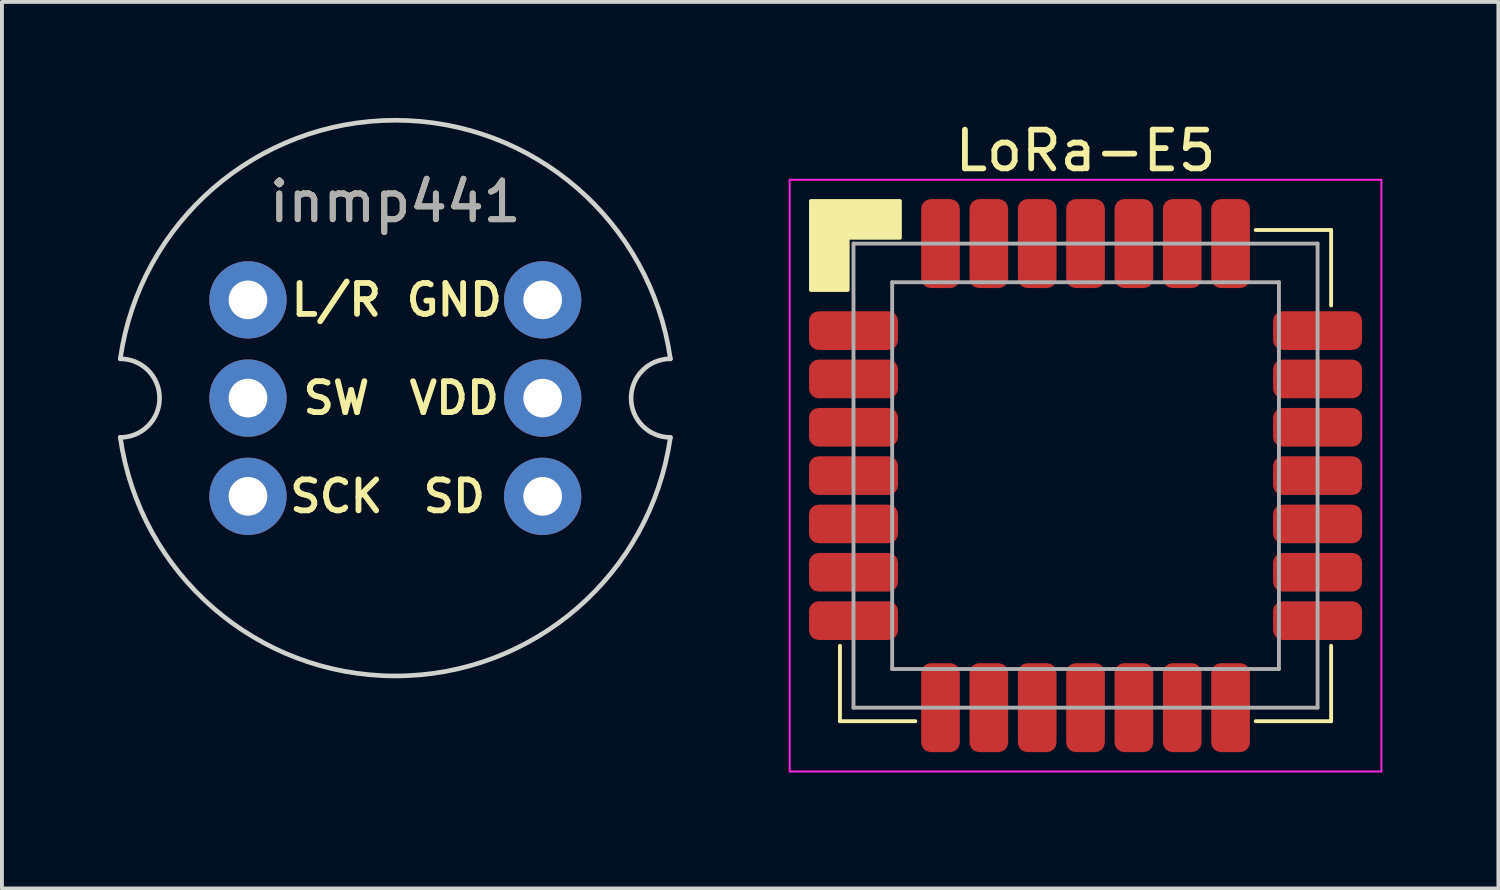
<source format=kicad_pcb>
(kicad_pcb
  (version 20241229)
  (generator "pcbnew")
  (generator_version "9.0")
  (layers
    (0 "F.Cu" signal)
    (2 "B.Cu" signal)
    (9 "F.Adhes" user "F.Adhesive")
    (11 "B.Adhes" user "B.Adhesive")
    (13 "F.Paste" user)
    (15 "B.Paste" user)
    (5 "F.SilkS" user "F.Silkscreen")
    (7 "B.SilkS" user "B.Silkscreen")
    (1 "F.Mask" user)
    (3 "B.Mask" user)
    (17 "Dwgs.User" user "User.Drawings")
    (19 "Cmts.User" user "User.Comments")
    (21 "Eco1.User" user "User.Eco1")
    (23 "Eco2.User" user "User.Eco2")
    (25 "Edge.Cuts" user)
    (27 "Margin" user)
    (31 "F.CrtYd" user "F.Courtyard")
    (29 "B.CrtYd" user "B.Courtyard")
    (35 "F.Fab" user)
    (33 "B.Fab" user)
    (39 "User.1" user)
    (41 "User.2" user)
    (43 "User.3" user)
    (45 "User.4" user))
  (footprint "LoRa-E5"
    (layer "F.Cu")
    (at 25.019 9.248)
    (property "Reference" "LoRa-E5" (at 0 -8.4 0) (layer "F.SilkS") (effects (font (size 1 1) (thickness 0.15))))
    (attr smd)
    (fp_line (start -6.35 4.4) (end -6.35 6.35) (stroke (width 0.1) (type solid)) (layer "F.SilkS"))
    (fp_line (start -4.4 6.35) (end -6.35 6.35) (stroke (width 0.1) (type solid)) (layer "F.SilkS"))
    (fp_line (start 4.4 -6.35) (end 6.35 -6.35) (stroke (width 0.1) (type solid)) (layer "F.SilkS"))
    (fp_line (start 4.4 6.35) (end 6.35 6.35) (stroke (width 0.1) (type solid)) (layer "F.SilkS"))
    (fp_line (start 6.35 -4.4) (end 6.35 -6.35) (stroke (width 0.1) (type solid)) (layer "F.SilkS"))
    (fp_line (start 6.35 4.4) (end 6.35 6.35) (stroke (width 0.1) (type solid)) (layer "F.SilkS"))
    (fp_poly (pts (xy -4.8 -6.15) (xy -6.15 -6.15) (xy -6.15 -4.8) (xy -7.1 -4.8) (xy -7.1 -7.1) (xy -4.8 -7.1)) (stroke (width 0.1) (type solid)) (fill yes) (layer "F.SilkS"))
    (fp_line (start -7.65 -7.65) (end 7.65 -7.65) (stroke (width 0.05) (type solid)) (layer "F.CrtYd"))
    (fp_line (start -7.65 7.65) (end -7.65 -7.65) (stroke (width 0.05) (type solid)) (layer "F.CrtYd"))
    (fp_line (start 7.65 -7.65) (end 7.65 7.65) (stroke (width 0.05) (type solid)) (layer "F.CrtYd"))
    (fp_line (start 7.65 7.65) (end -7.65 7.65) (stroke (width 0.05) (type solid)) (layer "F.CrtYd"))
    (fp_line (start -6 -6) (end 6 -6) (stroke (width 0.1) (type solid)) (layer "F.Fab"))
    (fp_line (start -6 6) (end -6 -6) (stroke (width 0.1) (type solid)) (layer "F.Fab"))
    (fp_line (start -5 -5) (end 5 -5) (stroke (width 0.1) (type solid)) (layer "F.Fab"))
    (fp_line (start -5 5) (end -5 -5) (stroke (width 0.1) (type solid)) (layer "F.Fab"))
    (fp_line (start 5 -5) (end 5 5) (stroke (width 0.1) (type solid)) (layer "F.Fab"))
    (fp_line (start 5 5) (end -5 5) (stroke (width 0.1) (type solid)) (layer "F.Fab"))
    (fp_line (start 6 -6) (end 6 6) (stroke (width 0.1) (type solid)) (layer "F.Fab"))
    (fp_line (start 6 6) (end -6 6) (stroke (width 0.1) (type solid)) (layer "F.Fab"))
    (pad "1" smd roundrect (at -6 -3.75 90) (size 1 2.3) (layers "F.Cu" "F.Mask" "F.Paste") (roundrect_rratio 0.25))
    (pad "2" smd roundrect (at -6 -2.5 90) (size 1 2.3) (layers "F.Cu" "F.Mask" "F.Paste") (roundrect_rratio 0.25))
    (pad "3" smd roundrect (at -6 -1.25 90) (size 1 2.3) (layers "F.Cu" "F.Mask" "F.Paste") (roundrect_rratio 0.25))
    (pad "4" smd roundrect (at -6 0 90) (size 1 2.3) (layers "F.Cu" "F.Mask" "F.Paste") (roundrect_rratio 0.25))
    (pad "5" smd roundrect (at -6 1.25 90) (size 1 2.3) (layers "F.Cu" "F.Mask" "F.Paste") (roundrect_rratio 0.25))
    (pad "6" smd roundrect (at -6 2.5 90) (size 1 2.3) (layers "F.Cu" "F.Mask" "F.Paste") (roundrect_rratio 0.25))
    (pad "7" smd roundrect (at -6 3.75 90) (size 1 2.3) (layers "F.Cu" "F.Mask" "F.Paste") (roundrect_rratio 0.25))
    (pad "8" smd roundrect (at -3.75 6 180) (size 1 2.3) (layers "F.Cu" "F.Mask" "F.Paste") (roundrect_rratio 0.25))
    (pad "9" smd roundrect (at -2.5 6 180) (size 1 2.3) (layers "F.Cu" "F.Mask" "F.Paste") (roundrect_rratio 0.25))
    (pad "10" smd roundrect (at -1.25 6 180) (size 1 2.3) (layers "F.Cu" "F.Mask" "F.Paste") (roundrect_rratio 0.25))
    (pad "11" smd roundrect (at 0 6 180) (size 1 2.3) (layers "F.Cu" "F.Mask" "F.Paste") (roundrect_rratio 0.25))
    (pad "12" smd roundrect (at 1.25 6 180) (size 1 2.3) (layers "F.Cu" "F.Mask" "F.Paste") (roundrect_rratio 0.25))
    (pad "13" smd roundrect (at 2.5 6 180) (size 1 2.3) (layers "F.Cu" "F.Mask" "F.Paste") (roundrect_rratio 0.25))
    (pad "14" smd roundrect (at 3.75 6 180) (size 1 2.3) (layers "F.Cu" "F.Mask" "F.Paste") (roundrect_rratio 0.25))
    (pad "15" smd roundrect (at 6 3.75 270) (size 1 2.3) (layers "F.Cu" "F.Mask" "F.Paste") (roundrect_rratio 0.25))
    (pad "16" smd roundrect (at 6 2.5 270) (size 1 2.3) (layers "F.Cu" "F.Mask" "F.Paste") (roundrect_rratio 0.25))
    (pad "17" smd roundrect (at 6 1.25 270) (size 1 2.3) (layers "F.Cu" "F.Mask" "F.Paste") (roundrect_rratio 0.25))
    (pad "18" smd roundrect (at 6 0 270) (size 1 2.3) (layers "F.Cu" "F.Mask" "F.Paste") (roundrect_rratio 0.25))
    (pad "19" smd roundrect (at 6 -1.25 270) (size 1 2.3) (layers "F.Cu" "F.Mask" "F.Paste") (roundrect_rratio 0.25))
    (pad "20" smd roundrect (at 6 -2.5 270) (size 1 2.3) (layers "F.Cu" "F.Mask" "F.Paste") (roundrect_rratio 0.25))
    (pad "21" smd roundrect (at 6 -3.75 270) (size 1 2.3) (layers "F.Cu" "F.Mask" "F.Paste") (roundrect_rratio 0.25))
    (pad "22" smd roundrect (at 3.75 -6) (size 1 2.3) (layers "F.Cu" "F.Mask" "F.Paste") (roundrect_rratio 0.25))
    (pad "23" smd roundrect (at 2.5 -6) (size 1 2.3) (layers "F.Cu" "F.Mask" "F.Paste") (roundrect_rratio 0.25))
    (pad "24" smd roundrect (at 1.25 -6) (size 1 2.3) (layers "F.Cu" "F.Mask" "F.Paste") (roundrect_rratio 0.25))
    (pad "25" smd roundrect (at 0 -6) (size 1 2.3) (layers "F.Cu" "F.Mask" "F.Paste") (roundrect_rratio 0.25))
    (pad "26" smd roundrect (at -1.25 -6) (size 1 2.3) (layers "F.Cu" "F.Mask" "F.Paste") (roundrect_rratio 0.25))
    (pad "27" smd roundrect (at -2.5 -6) (size 1 2.3) (layers "F.Cu" "F.Mask" "F.Paste") (roundrect_rratio 0.25))
    (pad "28" smd roundrect (at -3.75 -6) (size 1 2.3) (layers "F.Cu" "F.Mask" "F.Paste") (roundrect_rratio 0.25)))
  (footprint "inmp441"
    (layer "F.Cu")
    (at 7.172 7.244)
    (property "Reference" "inmp441" (at 0 -5.08 0) (unlocked yes) (layer "F.SilkS") (effects (font (size 1 1) (thickness 0.15))))
    (attr smd)
    (fp_arc (start -7.112 -1.016) (mid -6.096 0) (end -7.112 1.016) (stroke (width 0.12) (type solid)) (layer "Edge.Cuts"))
    (fp_arc (start -7.111999 -1.016) (mid 0 -7.184204) (end 7.112 -1.016) (stroke (width 0.12) (type solid)) (layer "Edge.Cuts"))
    (fp_arc (start 7.111999 1.016) (mid 0 7.184204) (end -7.111999 1.016) (stroke (width 0.12) (type solid)) (layer "Edge.Cuts"))
    (fp_arc (start 7.112 1.016) (mid 6.096 0) (end 7.112 -1.016) (stroke (width 0.12) (type solid)) (layer "Edge.Cuts"))
    (fp_text user "VDD" (at 1.524 0 0) (unlocked yes) (layer "F.SilkS") (effects (font (size 0.8 0.8) (thickness 0.15))))
    (fp_text user "SW" (at -1.524 0 0) (unlocked yes) (layer "F.SilkS") (effects (font (size 0.8 0.8) (thickness 0.15))))
    (fp_text user "L/R" (at -1.524 -2.54 0) (unlocked yes) (layer "F.SilkS") (effects (font (size 0.8 0.8) (thickness 0.15))))
    (fp_text user "SCK" (at -1.524 2.54 0) (unlocked yes) (layer "F.SilkS") (effects (font (size 0.8 0.8) (thickness 0.15))))
    (fp_text user "SD" (at 1.524 2.54 0) (unlocked yes) (layer "F.SilkS") (effects (font (size 0.8 0.8) (thickness 0.15))))
    (fp_text user "GND" (at 1.524 -2.54 0) (unlocked yes) (layer "F.SilkS") (effects (font (size 0.8 0.8) (thickness 0.15))))
    (fp_text user "${REFERENCE}" (at 0 -5.08 0) (unlocked yes) (layer "F.Fab") (effects (font (size 1 1) (thickness 0.15))))
    (pad "1" thru_hole circle (at 3.81 2.54 90) (size 2 2) (drill 1) (layers "*.Cu" "*.Mask"))
    (pad "2" thru_hole circle (at 3.81 0 90) (size 2 2) (drill 1) (layers "*.Cu" "*.Mask"))
    (pad "3" thru_hole circle (at 3.81 -2.54 90) (size 2 2) (drill 1) (layers "*.Cu" "*.Mask"))
    (pad "4" thru_hole circle (at -3.81 -2.54 90) (size 2 2) (drill 1) (layers "*.Cu" "*.Mask"))
    (pad "5" thru_hole circle (at -3.81 0 90) (size 2 2) (drill 1) (layers "*.Cu" "*.Mask"))
    (pad "6" thru_hole circle (at -3.81 2.54 90) (size 2 2) (drill 1) (layers "*.Cu" "*.Mask")))
  (gr_rect
    (start -3 -3)
    (end 35.694 19.923)
    (stroke (width 0.1) (type default))
    (fill no)
    (layer "Edge.Cuts")))
</source>
